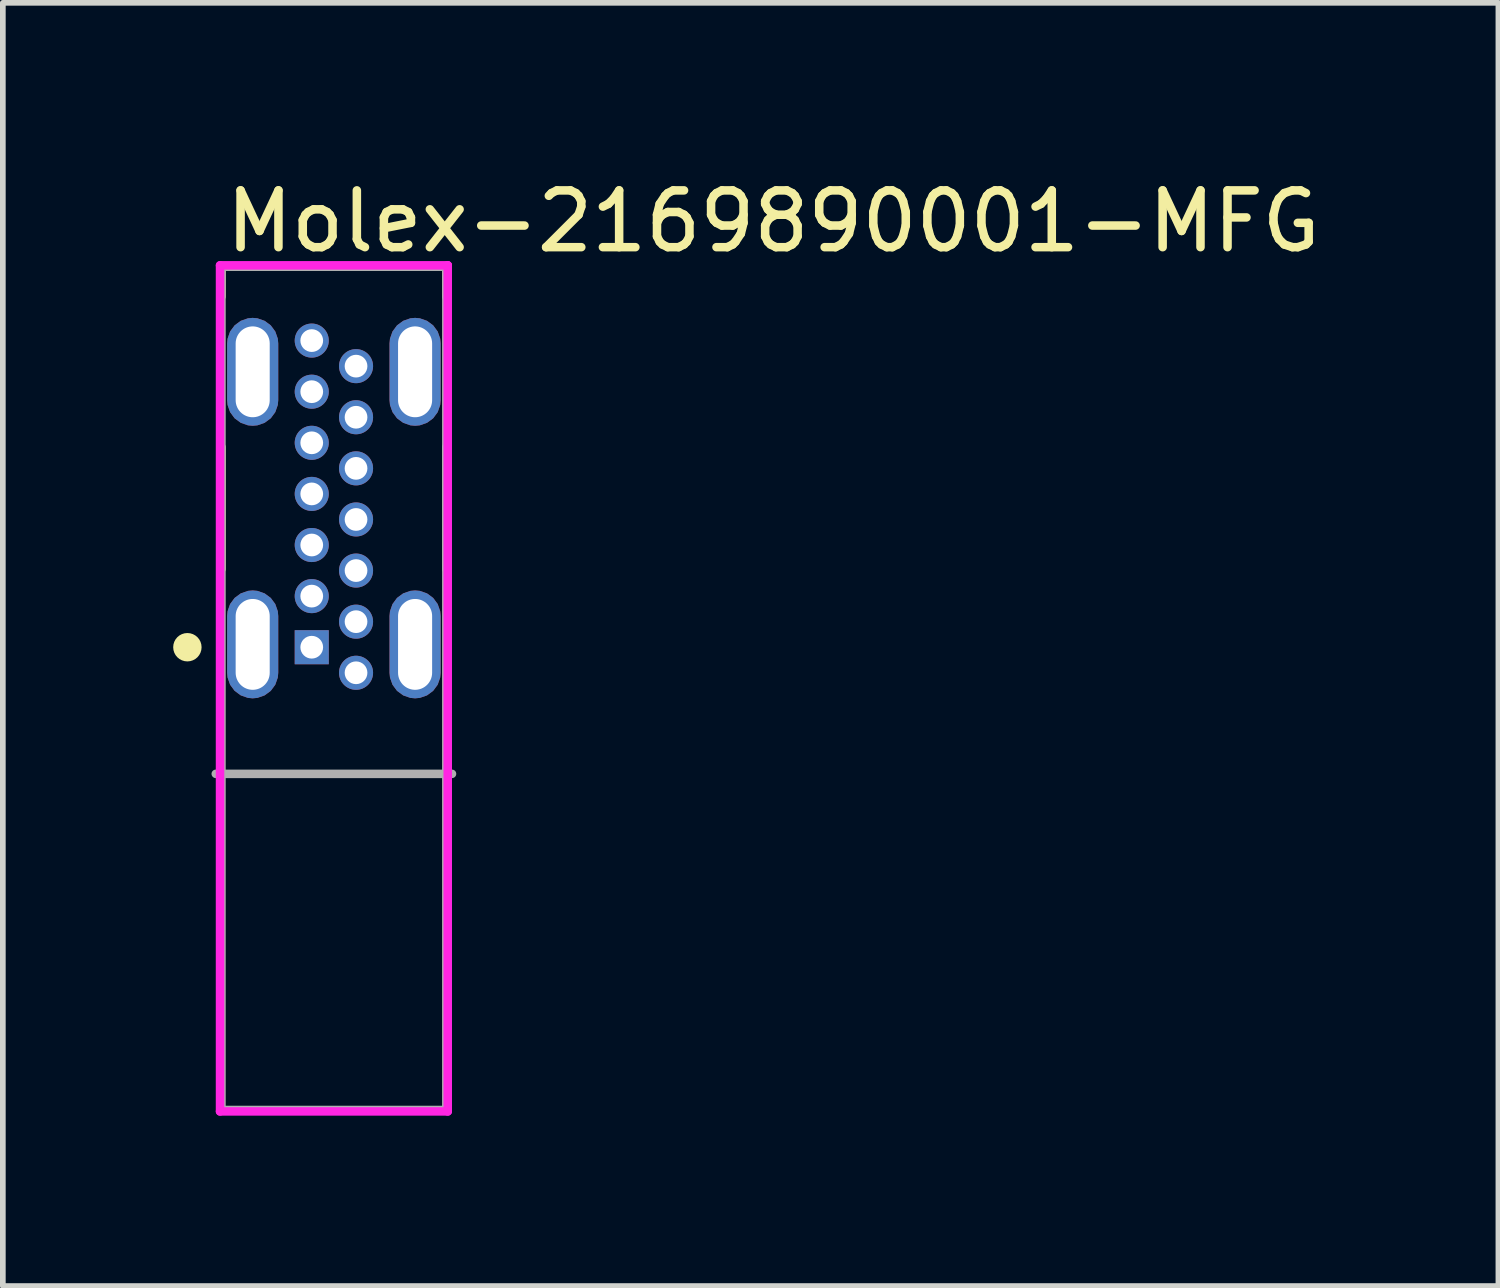
<source format=kicad_pcb>
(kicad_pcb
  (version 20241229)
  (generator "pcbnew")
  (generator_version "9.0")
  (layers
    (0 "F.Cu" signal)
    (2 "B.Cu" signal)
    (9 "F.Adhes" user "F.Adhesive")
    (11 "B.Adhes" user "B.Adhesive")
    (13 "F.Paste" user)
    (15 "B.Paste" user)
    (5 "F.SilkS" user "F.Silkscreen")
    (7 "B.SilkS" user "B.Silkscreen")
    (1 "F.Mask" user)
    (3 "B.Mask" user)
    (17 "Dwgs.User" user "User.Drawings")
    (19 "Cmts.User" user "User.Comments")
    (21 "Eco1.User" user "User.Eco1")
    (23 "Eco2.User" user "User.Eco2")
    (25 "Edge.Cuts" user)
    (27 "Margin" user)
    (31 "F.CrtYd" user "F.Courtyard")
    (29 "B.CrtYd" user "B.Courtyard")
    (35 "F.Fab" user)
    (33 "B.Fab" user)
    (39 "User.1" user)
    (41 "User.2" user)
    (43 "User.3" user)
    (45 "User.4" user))
  (footprint "Molex-2169890001-MFG"
    (layer "F.Cu")
    (at 2.83 9.073)
    (property "Reference" "Molex-2169890001-MFG" (at -1.98 -8.225 0) (layer "F.SilkS") (effects (font (size 1 1) (thickness 0.15)) (justify left)))
    (attr through_hole)
    (fp_line (start -1.98 -7.425) (end 1.98 -7.425) (stroke (width 0.15) (type solid)) (layer "F.SilkS"))
    (fp_line (start -1.98 -6.9) (end -1.98 -7.425) (stroke (width 0.15) (type solid)) (layer "F.SilkS"))
    (fp_line (start -1.98 -2.1) (end -1.98 -4.25) (stroke (width 0.15) (type solid)) (layer "F.SilkS"))
    (fp_line (start 1.98 -6.9) (end 1.98 -7.425) (stroke (width 0.15) (type solid)) (layer "F.SilkS"))
    (fp_line (start 1.98 -2.1) (end 1.98 -4.25) (stroke (width 0.15) (type solid)) (layer "F.SilkS"))
    (fp_circle (center -2.58 -0.725) (end -2.455 -0.725) (stroke (width 0.25) (type solid)) (fill no) (layer "F.SilkS"))
    (fp_line (start -2.005 -7.45) (end -2.005 7.45) (stroke (width 0.15) (type solid)) (layer "F.CrtYd"))
    (fp_line (start -2.005 7.45) (end 2.005 7.45) (stroke (width 0.15) (type solid)) (layer "F.CrtYd"))
    (fp_line (start 2.005 -7.45) (end -2.005 -7.45) (stroke (width 0.15) (type solid)) (layer "F.CrtYd"))
    (fp_line (start 2.005 -7.45) (end 2.005 -7.45) (stroke (width 0.15) (type solid)) (layer "F.CrtYd"))
    (fp_line (start 2.005 7.45) (end 2.005 -7.45) (stroke (width 0.15) (type solid)) (layer "F.CrtYd"))
    (fp_line (start -2.08 1.505) (end 2.08 1.505) (stroke (width 0.15) (type solid)) (layer "F.Fab"))
    (fp_line (start -1.98 -7.425) (end 1.98 -7.425) (stroke (width 0.15) (type solid)) (layer "F.Fab"))
    (fp_line (start -1.98 7.425) (end -1.98 -7.425) (stroke (width 0.15) (type solid)) (layer "F.Fab"))
    (fp_line (start 1.98 -7.425) (end 1.98 7.425) (stroke (width 0.15) (type solid)) (layer "F.Fab"))
    (fp_line (start 1.98 7.425) (end -1.98 7.425) (stroke (width 0.15) (type solid)) (layer "F.Fab"))
    (pad "A1" thru_hole rect (at -0.39 -0.725) (size 0.6 0.6) (drill 0.4) (layers "*.Cu"))
    (pad "A4" thru_hole circle (at -0.39 -1.625) (size 0.6 0.6) (drill 0.4) (layers "*.Cu"))
    (pad "A5" thru_hole circle (at -0.39 -2.525) (size 0.6 0.6) (drill 0.4) (layers "*.Cu"))
    (pad "A6" thru_hole circle (at -0.39 -3.425) (size 0.6 0.6) (drill 0.4) (layers "*.Cu"))
    (pad "A7" thru_hole circle (at -0.39 -4.325) (size 0.6 0.6) (drill 0.4) (layers "*.Cu"))
    (pad "A9" thru_hole circle (at -0.39 -5.225) (size 0.6 0.6) (drill 0.4) (layers "*.Cu"))
    (pad "A12" thru_hole circle (at -0.39 -6.125) (size 0.6 0.6) (drill 0.4) (layers "*.Cu"))
    (pad "B1" thru_hole circle (at 0.39 -5.675) (size 0.6 0.6) (drill 0.4) (layers "*.Cu"))
    (pad "B4" thru_hole circle (at 0.39 -4.775) (size 0.6 0.6) (drill 0.4) (layers "*.Cu"))
    (pad "B5" thru_hole circle (at 0.39 -3.875) (size 0.6 0.6) (drill 0.4) (layers "*.Cu"))
    (pad "B6" thru_hole circle (at 0.39 -2.975) (size 0.6 0.6) (drill 0.4) (layers "*.Cu"))
    (pad "B7" thru_hole circle (at 0.39 -2.075) (size 0.6 0.6) (drill 0.4) (layers "*.Cu"))
    (pad "B9" thru_hole circle (at 0.39 -1.175) (size 0.6 0.6) (drill 0.4) (layers "*.Cu"))
    (pad "B12" thru_hole circle (at 0.39 -0.275) (size 0.6 0.6) (drill 0.4) (layers "*.Cu"))
    (pad "S1" thru_hole roundrect (at -1.43 -5.575) (size 0.9 1.9) (drill oval 0.6 1.6) (layers "*.Cu") (roundrect_rratio 0.5))
    (pad "S1" thru_hole roundrect (at -1.43 -0.775) (size 0.9 1.9) (drill oval 0.6 1.6) (layers "*.Cu") (roundrect_rratio 0.5))
    (pad "S1" thru_hole roundrect (at 1.43 -5.575) (size 0.9 1.9) (drill oval 0.6 1.6) (layers "*.Cu") (roundrect_rratio 0.5))
    (pad "S1" thru_hole roundrect (at 1.43 -0.775) (size 0.9 1.9) (drill oval 0.6 1.6) (layers "*.Cu") (roundrect_rratio 0.5)))
  (gr_rect
    (start -3 -3)
    (end 23.338 19.598)
    (stroke (width 0.1) (type default))
    (fill no)
    (layer "Edge.Cuts")))
</source>
